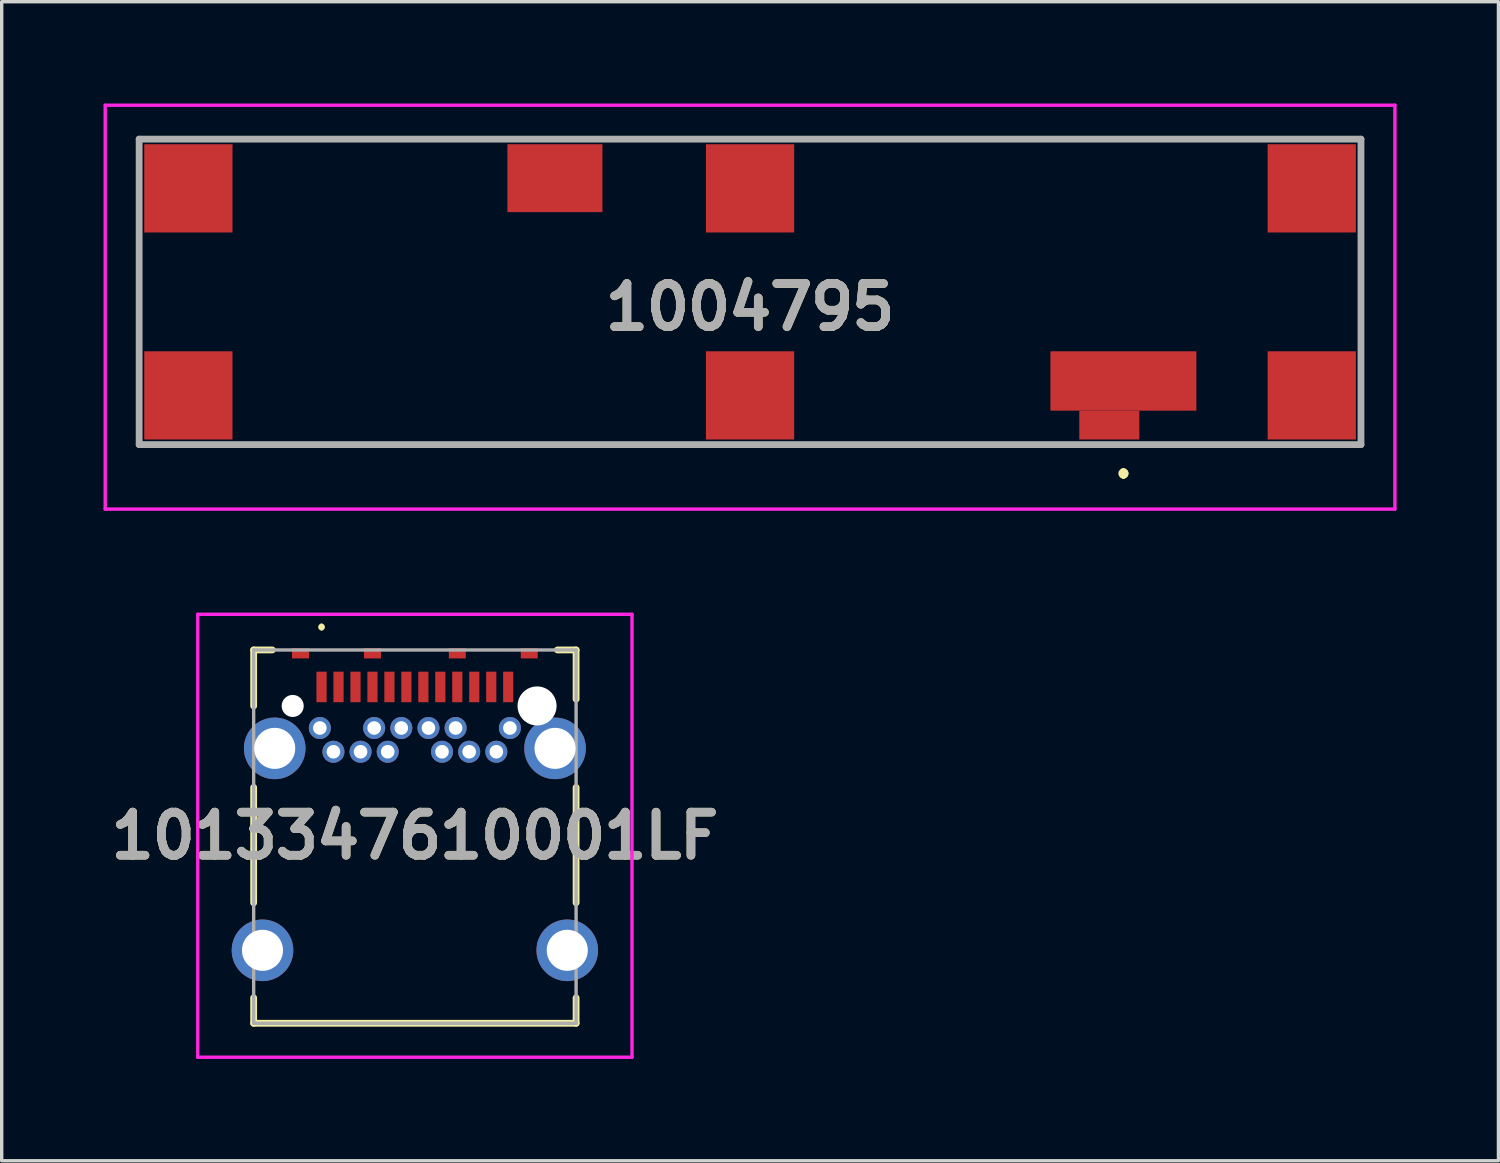
<source format=kicad_pcb>
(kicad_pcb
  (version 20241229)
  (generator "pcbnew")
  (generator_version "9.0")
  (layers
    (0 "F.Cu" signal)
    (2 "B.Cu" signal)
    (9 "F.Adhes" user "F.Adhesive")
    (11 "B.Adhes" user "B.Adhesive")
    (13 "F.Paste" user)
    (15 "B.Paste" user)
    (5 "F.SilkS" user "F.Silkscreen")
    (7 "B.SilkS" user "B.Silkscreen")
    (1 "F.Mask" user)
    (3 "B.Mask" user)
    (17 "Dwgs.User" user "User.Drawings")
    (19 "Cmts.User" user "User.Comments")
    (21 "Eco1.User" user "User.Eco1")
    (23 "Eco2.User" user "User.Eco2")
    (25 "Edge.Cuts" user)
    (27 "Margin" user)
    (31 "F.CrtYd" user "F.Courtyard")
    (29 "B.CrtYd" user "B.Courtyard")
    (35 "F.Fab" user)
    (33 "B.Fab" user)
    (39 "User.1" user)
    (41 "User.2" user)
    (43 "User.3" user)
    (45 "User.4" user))
  (footprint "1013347610001LF"
    (layer "F.Cu")
    (at 9.174 21.575)
    (property "Reference" "1013347610001LF" (at 0 0 0) (layer "F.SilkS") (effects (font (size 1.27 1.27) (thickness 0.254))))
    (attr through_hole)
    (fp_line (start -4.75 -5.475) (end -4.75 -3.825) (stroke (width 0.2) (type solid)) (layer "F.SilkS"))
    (fp_line (start -4.75 -1.425) (end -4.75 1.975) (stroke (width 0.2) (type solid)) (layer "F.SilkS"))
    (fp_line (start -4.75 4.775) (end -4.75 5.525) (stroke (width 0.2) (type solid)) (layer "F.SilkS"))
    (fp_line (start -4.75 5.525) (end 4.75 5.525) (stroke (width 0.2) (type solid)) (layer "F.SilkS"))
    (fp_line (start -4.2 -5.475) (end -4.75 -5.475) (stroke (width 0.2) (type solid)) (layer "F.SilkS"))
    (fp_line (start -2.75 -6.2) (end -2.75 -6.2) (stroke (width 0.1) (type solid)) (layer "F.SilkS"))
    (fp_line (start -2.75 -6.1) (end -2.75 -6.1) (stroke (width 0.1) (type solid)) (layer "F.SilkS"))
    (fp_line (start 4.75 -5.475) (end 4.2 -5.475) (stroke (width 0.2) (type solid)) (layer "F.SilkS"))
    (fp_line (start 4.75 -4.025) (end 4.75 -5.475) (stroke (width 0.2) (type solid)) (layer "F.SilkS"))
    (fp_line (start 4.75 -1.425) (end 4.75 1.975) (stroke (width 0.2) (type solid)) (layer "F.SilkS"))
    (fp_line (start 4.75 5.525) (end 4.75 4.775) (stroke (width 0.2) (type solid)) (layer "F.SilkS"))
    (fp_arc (start -2.75 -6.2) (mid -2.7 -6.15) (end -2.75 -6.1) (stroke (width 0.1) (type solid)) (layer "F.SilkS"))
    (fp_arc (start -2.75 -6.1) (mid -2.8 -6.15) (end -2.75 -6.2) (stroke (width 0.1) (type solid)) (layer "F.SilkS"))
    (fp_line (start -6.397 -6.525) (end 6.397 -6.525) (stroke (width 0.1) (type solid)) (layer "F.CrtYd"))
    (fp_line (start -6.397 6.525) (end -6.397 -6.525) (stroke (width 0.1) (type solid)) (layer "F.CrtYd"))
    (fp_line (start 6.397 -6.525) (end 6.397 6.525) (stroke (width 0.1) (type solid)) (layer "F.CrtYd"))
    (fp_line (start 6.397 6.525) (end -6.397 6.525) (stroke (width 0.1) (type solid)) (layer "F.CrtYd"))
    (fp_line (start -4.75 -5.475) (end 4.75 -5.475) (stroke (width 0.1) (type solid)) (layer "F.Fab"))
    (fp_line (start -4.75 5.525) (end -4.75 -5.475) (stroke (width 0.1) (type solid)) (layer "F.Fab"))
    (fp_line (start 4.75 -5.475) (end 4.75 5.525) (stroke (width 0.1) (type solid)) (layer "F.Fab"))
    (fp_line (start 4.75 5.525) (end -4.75 5.525) (stroke (width 0.1) (type solid)) (layer "F.Fab"))
    (fp_text user "${REFERENCE}" (at 0 0 0) (layer "F.Fab") (effects (font (size 1.27 1.27) (thickness 0.254))))
    (pad "" np_thru_hole circle (at -3.6 -3.825) (size 0.65 0.65) (drill 0.65) (layers "*.Cu" "*.Mask"))
    (pad "" np_thru_hole circle (at 3.6 -3.825) (size 1.15 1.15) (drill 1.15) (layers "*.Cu" "*.Mask"))
    (pad "A1" smd rect (at -2.75 -4.385) (size 0.3 0.9) (layers "F.Cu" "F.Mask" "F.Paste"))
    (pad "A2" smd rect (at -2.25 -4.385) (size 0.3 0.9) (layers "F.Cu" "F.Mask" "F.Paste"))
    (pad "A3" smd rect (at -1.75 -4.385) (size 0.3 0.9) (layers "F.Cu" "F.Mask" "F.Paste"))
    (pad "A4" smd rect (at -1.25 -4.385) (size 0.3 0.9) (layers "F.Cu" "F.Mask" "F.Paste"))
    (pad "A5" smd rect (at -0.75 -4.385) (size 0.3 0.9) (layers "F.Cu" "F.Mask" "F.Paste"))
    (pad "A6" smd rect (at -0.25 -4.385) (size 0.3 0.9) (layers "F.Cu" "F.Mask" "F.Paste"))
    (pad "A7" smd rect (at 0.25 -4.385) (size 0.3 0.9) (layers "F.Cu" "F.Mask" "F.Paste"))
    (pad "A8" smd rect (at 0.75 -4.385) (size 0.3 0.9) (layers "F.Cu" "F.Mask" "F.Paste"))
    (pad "A9" smd rect (at 1.25 -4.385) (size 0.3 0.9) (layers "F.Cu" "F.Mask" "F.Paste"))
    (pad "A10" smd rect (at 1.75 -4.385) (size 0.3 0.9) (layers "F.Cu" "F.Mask" "F.Paste"))
    (pad "A11" smd rect (at 2.25 -4.385) (size 0.3 0.9) (layers "F.Cu" "F.Mask" "F.Paste"))
    (pad "A12" smd rect (at 2.75 -4.385) (size 0.3 0.9) (layers "F.Cu" "F.Mask" "F.Paste"))
    (pad "B1" thru_hole circle (at 2.8 -3.175) (size 0.65 0.65) (drill 0.4) (layers "*.Cu" "*.Mask"))
    (pad "B2" thru_hole circle (at 2.4 -2.475) (size 0.65 0.65) (drill 0.4) (layers "*.Cu" "*.Mask"))
    (pad "B3" thru_hole circle (at 1.6 -2.475) (size 0.65 0.65) (drill 0.4) (layers "*.Cu" "*.Mask"))
    (pad "B4" thru_hole circle (at 1.2 -3.175) (size 0.65 0.65) (drill 0.4) (layers "*.Cu" "*.Mask"))
    (pad "B5" thru_hole circle (at 0.8 -2.475) (size 0.65 0.65) (drill 0.4) (layers "*.Cu" "*.Mask"))
    (pad "B6" thru_hole circle (at 0.4 -3.175) (size 0.65 0.65) (drill 0.4) (layers "*.Cu" "*.Mask"))
    (pad "B7" thru_hole circle (at -0.4 -3.175) (size 0.65 0.65) (drill 0.4) (layers "*.Cu" "*.Mask"))
    (pad "B8" thru_hole circle (at -0.8 -2.475) (size 0.65 0.65) (drill 0.4) (layers "*.Cu" "*.Mask"))
    (pad "B9" thru_hole circle (at -1.2 -3.175) (size 0.65 0.65) (drill 0.4) (layers "*.Cu" "*.Mask"))
    (pad "B10" thru_hole circle (at -1.6 -2.475) (size 0.65 0.65) (drill 0.4) (layers "*.Cu" "*.Mask"))
    (pad "B11" thru_hole circle (at -2.4 -2.475) (size 0.65 0.65) (drill 0.4) (layers "*.Cu" "*.Mask"))
    (pad "B12" thru_hole circle (at -2.8 -3.175) (size 0.65 0.65) (drill 0.4) (layers "*.Cu" "*.Mask"))
    (pad "MH3" thru_hole circle (at 4.13 -2.575) (size 1.815 1.815) (drill 1.21) (layers "*.Cu" "*.Mask"))
    (pad "MH4" thru_hole circle (at -4.13 -2.575) (size 1.815 1.815) (drill 1.21) (layers "*.Cu" "*.Mask"))
    (pad "MH5" thru_hole circle (at 4.49 3.375) (size 1.815 1.815) (drill 1.21) (layers "*.Cu" "*.Mask"))
    (pad "MH6" thru_hole circle (at -4.49 3.375) (size 1.815 1.815) (drill 1.21) (layers "*.Cu" "*.Mask"))
    (pad "MP1" smd rect (at -3.37 -5.375 90) (size 0.3 0.5) (layers "F.Cu" "F.Mask" "F.Paste"))
    (pad "MP2" smd rect (at -1.25 -5.375 90) (size 0.3 0.5) (layers "F.Cu" "F.Mask" "F.Paste"))
    (pad "MP3" smd rect (at 1.25 -5.375 90) (size 0.3 0.5) (layers "F.Cu" "F.Mask" "F.Paste"))
    (pad "MP4" smd rect (at 3.37 -5.375 90) (size 0.3 0.5) (layers "F.Cu" "F.Mask" "F.Paste")))
  (footprint "1004795"
    (layer "F.Cu")
    (at 19.05 5.55)
    (property "Reference" "1004795" (at 0 0.45 0) (layer "F.SilkS") (effects (font (size 1.27 1.27) (thickness 0.254))))
    (attr smd)
    (fp_line (start -18 -1.25) (end -18 -1.25) (stroke (width 0.1) (type solid)) (layer "F.SilkS"))
    (fp_line (start -18 -1.25) (end -18 1.25) (stroke (width 0.1) (type solid)) (layer "F.SilkS"))
    (fp_line (start -18 1.25) (end -18 -1.25) (stroke (width 0.1) (type solid)) (layer "F.SilkS"))
    (fp_line (start -18 1.25) (end -18 1.25) (stroke (width 0.1) (type solid)) (layer "F.SilkS"))
    (fp_line (start -14.75 -4.5) (end -14.75 -4.5) (stroke (width 0.1) (type solid)) (layer "F.SilkS"))
    (fp_line (start -14.75 -4.5) (end -7.75 -4.5) (stroke (width 0.1) (type solid)) (layer "F.SilkS"))
    (fp_line (start -14.75 4.5) (end -14.75 4.5) (stroke (width 0.1) (type solid)) (layer "F.SilkS"))
    (fp_line (start -14.75 4.5) (end -2 4.5) (stroke (width 0.1) (type solid)) (layer "F.SilkS"))
    (fp_line (start -7.75 -4.5) (end -14.75 -4.5) (stroke (width 0.1) (type solid)) (layer "F.SilkS"))
    (fp_line (start -7.75 -4.5) (end -7.75 -4.5) (stroke (width 0.1) (type solid)) (layer "F.SilkS"))
    (fp_line (start -3.75 -4.5) (end -3.75 -4.5) (stroke (width 0.1) (type solid)) (layer "F.SilkS"))
    (fp_line (start -3.75 -4.5) (end -2 -4.5) (stroke (width 0.1) (type solid)) (layer "F.SilkS"))
    (fp_line (start -2 -4.5) (end -3.75 -4.5) (stroke (width 0.1) (type solid)) (layer "F.SilkS"))
    (fp_line (start -2 -4.5) (end -2 -4.5) (stroke (width 0.1) (type solid)) (layer "F.SilkS"))
    (fp_line (start -2 4.5) (end -14.75 4.5) (stroke (width 0.1) (type solid)) (layer "F.SilkS"))
    (fp_line (start -2 4.5) (end -2 4.5) (stroke (width 0.1) (type solid)) (layer "F.SilkS"))
    (fp_line (start 2 -4.5) (end 2 -4.5) (stroke (width 0.1) (type solid)) (layer "F.SilkS"))
    (fp_line (start 2 -4.5) (end 14.75 -4.5) (stroke (width 0.1) (type solid)) (layer "F.SilkS"))
    (fp_line (start 2 4.5) (end 2 4.5) (stroke (width 0.1) (type solid)) (layer "F.SilkS"))
    (fp_line (start 2 4.5) (end 9 4.5) (stroke (width 0.1) (type solid)) (layer "F.SilkS"))
    (fp_line (start 9 4.5) (end 2 4.5) (stroke (width 0.1) (type solid)) (layer "F.SilkS"))
    (fp_line (start 9 4.5) (end 9 4.5) (stroke (width 0.1) (type solid)) (layer "F.SilkS"))
    (fp_line (start 11 5.3) (end 11 5.3) (stroke (width 0.2) (type solid)) (layer "F.SilkS"))
    (fp_line (start 11 5.4) (end 11 5.4) (stroke (width 0.2) (type solid)) (layer "F.SilkS"))
    (fp_line (start 11 5.4) (end 11 5.4) (stroke (width 0.2) (type solid)) (layer "F.SilkS"))
    (fp_line (start 12 4.5) (end 12 4.5) (stroke (width 0.1) (type solid)) (layer "F.SilkS"))
    (fp_line (start 12 4.5) (end 14.5 4.5) (stroke (width 0.1) (type solid)) (layer "F.SilkS"))
    (fp_line (start 14.5 4.5) (end 12 4.5) (stroke (width 0.1) (type solid)) (layer "F.SilkS"))
    (fp_line (start 14.5 4.5) (end 14.5 4.5) (stroke (width 0.1) (type solid)) (layer "F.SilkS"))
    (fp_line (start 14.75 -4.5) (end 2 -4.5) (stroke (width 0.1) (type solid)) (layer "F.SilkS"))
    (fp_line (start 14.75 -4.5) (end 14.75 -4.5) (stroke (width 0.1) (type solid)) (layer "F.SilkS"))
    (fp_line (start 18 -1.25) (end 18 -1.25) (stroke (width 0.1) (type solid)) (layer "F.SilkS"))
    (fp_line (start 18 -1.25) (end 18 1.25) (stroke (width 0.1) (type solid)) (layer "F.SilkS"))
    (fp_line (start 18 1.25) (end 18 -1.25) (stroke (width 0.1) (type solid)) (layer "F.SilkS"))
    (fp_line (start 18 1.25) (end 18 1.25) (stroke (width 0.1) (type solid)) (layer "F.SilkS"))
    (fp_arc (start 11 5.3) (mid 11.05 5.35) (end 11 5.4) (stroke (width 0.2) (type solid)) (layer "F.SilkS"))
    (fp_arc (start 11 5.3) (mid 11.05 5.35) (end 11 5.4) (stroke (width 0.2) (type solid)) (layer "F.SilkS"))
    (fp_arc (start 11 5.4) (mid 10.95 5.35) (end 11 5.3) (stroke (width 0.2) (type solid)) (layer "F.SilkS"))
    (fp_line (start -19 -5.5) (end 19 -5.5) (stroke (width 0.1) (type solid)) (layer "F.CrtYd"))
    (fp_line (start -19 6.4) (end -19 -5.5) (stroke (width 0.1) (type solid)) (layer "F.CrtYd"))
    (fp_line (start 19 -5.5) (end 19 6.4) (stroke (width 0.1) (type solid)) (layer "F.CrtYd"))
    (fp_line (start 19 6.4) (end -19 6.4) (stroke (width 0.1) (type solid)) (layer "F.CrtYd"))
    (fp_line (start -18 -4.5) (end -18 4.5) (stroke (width 0.2) (type solid)) (layer "F.Fab"))
    (fp_line (start -18 4.5) (end 18 4.5) (stroke (width 0.2) (type solid)) (layer "F.Fab"))
    (fp_line (start 18 -4.5) (end -18 -4.5) (stroke (width 0.2) (type solid)) (layer "F.Fab"))
    (fp_line (start 18 4.5) (end 18 -4.5) (stroke (width 0.2) (type solid)) (layer "F.Fab"))
    (fp_text user "${REFERENCE}" (at 0 0.45 0) (layer "F.Fab") (effects (font (size 1.27 1.27) (thickness 0.254))))
    (pad "1" smd rect (at 11 2.625 90) (size 1.75 4.3) (layers "F.Cu" "F.Mask" "F.Paste"))
    (pad "2" smd rect (at 16.55 3.05 90) (size 2.6 2.6) (layers "F.Cu" "F.Mask" "F.Paste"))
    (pad "3" smd rect (at 16.55 -3.05 90) (size 2.6 2.6) (layers "F.Cu" "F.Mask" "F.Paste"))
    (pad "4" smd rect (at 0 -3.05 90) (size 2.6 2.6) (layers "F.Cu" "F.Mask" "F.Paste"))
    (pad "5" smd rect (at -5.75 -3.35 90) (size 2 2.8) (layers "F.Cu" "F.Mask" "F.Paste"))
    (pad "6" smd rect (at -16.55 -3.05 90) (size 2.6 2.6) (layers "F.Cu" "F.Mask" "F.Paste"))
    (pad "7" smd rect (at -16.55 3.05 90) (size 2.6 2.6) (layers "F.Cu" "F.Mask" "F.Paste"))
    (pad "8" smd rect (at 0 3.05 90) (size 2.6 2.6) (layers "F.Cu" "F.Mask" "F.Paste"))
    (pad "9" smd rect (at 10.585 3.925 90) (size 0.85 1.77) (layers "F.Cu" "F.Mask" "F.Paste")))
  (gr_rect
    (start -3 -3)
    (end 41.1 31.15)
    (stroke (width 0.1) (type default))
    (fill no)
    (layer "Edge.Cuts")))
</source>
